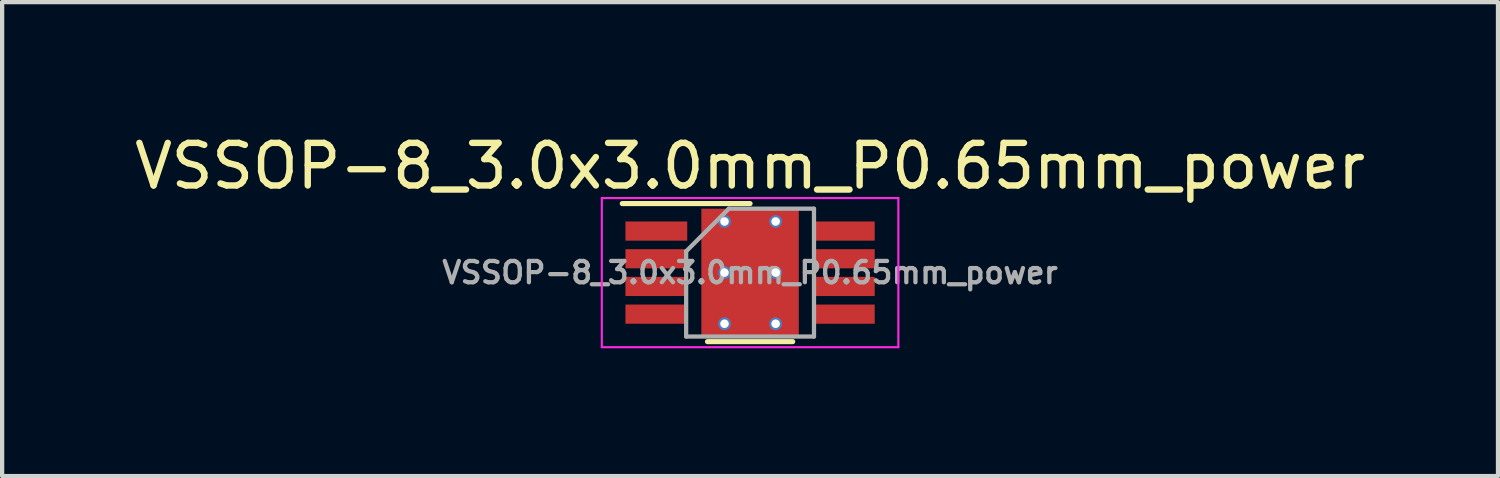
<source format=kicad_pcb>
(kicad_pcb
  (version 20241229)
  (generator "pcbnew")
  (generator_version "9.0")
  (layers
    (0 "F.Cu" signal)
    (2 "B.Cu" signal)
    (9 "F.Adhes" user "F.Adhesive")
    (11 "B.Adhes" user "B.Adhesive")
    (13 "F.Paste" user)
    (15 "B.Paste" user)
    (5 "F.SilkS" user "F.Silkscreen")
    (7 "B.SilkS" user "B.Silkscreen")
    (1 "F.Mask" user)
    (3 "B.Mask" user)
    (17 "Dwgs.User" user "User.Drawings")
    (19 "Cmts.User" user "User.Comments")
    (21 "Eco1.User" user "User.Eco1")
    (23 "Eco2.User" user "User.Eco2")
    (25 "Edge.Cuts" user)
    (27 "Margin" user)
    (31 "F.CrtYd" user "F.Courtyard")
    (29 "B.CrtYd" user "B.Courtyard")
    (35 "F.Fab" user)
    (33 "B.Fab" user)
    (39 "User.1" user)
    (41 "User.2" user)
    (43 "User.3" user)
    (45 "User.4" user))
  (footprint "VSSOP-8_3.0x3.0mm_P0.65mm_power"
    (layer "F.Cu")
    (at 14.554 3.348)
    (property "Reference" "VSSOP-8_3.0x3.0mm_P0.65mm_power" (at 0 -2.5 0) (layer "F.SilkS") (effects (font (size 1 1) (thickness 0.15))))
    (attr smd)
    (fp_line (start 0 -1.62) (end -3 -1.62) (stroke (width 0.12) (type solid)) (layer "F.SilkS"))
    (fp_line (start 1 1.62) (end -1 1.62) (stroke (width 0.12) (type solid)) (layer "F.SilkS"))
    (fp_line (start -3.48 -1.75) (end 3.48 -1.75) (stroke (width 0.05) (type solid)) (layer "F.CrtYd"))
    (fp_line (start -3.48 1.75) (end -3.48 -1.75) (stroke (width 0.05) (type solid)) (layer "F.CrtYd"))
    (fp_line (start 3.48 -1.75) (end 3.48 1.75) (stroke (width 0.05) (type solid)) (layer "F.CrtYd"))
    (fp_line (start 3.48 1.75) (end -3.48 1.75) (stroke (width 0.05) (type solid)) (layer "F.CrtYd"))
    (fp_line (start -1.5 1.5) (end -1.5 -0.5) (stroke (width 0.1) (type solid)) (layer "F.Fab"))
    (fp_line (start -0.5 -1.5) (end -1.5 -0.5) (stroke (width 0.1) (type solid)) (layer "F.Fab"))
    (fp_line (start -0.5 -1.5) (end 1.5 -1.5) (stroke (width 0.1) (type solid)) (layer "F.Fab"))
    (fp_line (start 1.5 -1.5) (end 1.5 1.5) (stroke (width 0.1) (type solid)) (layer "F.Fab"))
    (fp_line (start 1.5 1.5) (end -1.5 1.5) (stroke (width 0.1) (type solid)) (layer "F.Fab"))
    (fp_text user "${REFERENCE}" (at 0 0 0) (layer "F.Fab") (effects (font (size 0.5 0.5) (thickness 0.1))))
    (pad "1" smd rect (at -2.2 -0.975 270) (size 0.45 1.45) (layers "F.Cu" "F.Mask" "F.Paste"))
    (pad "2" smd rect (at -2.2 -0.325 270) (size 0.45 1.45) (layers "F.Cu" "F.Mask" "F.Paste"))
    (pad "3" smd rect (at -2.2 0.325 270) (size 0.45 1.45) (layers "F.Cu" "F.Mask" "F.Paste"))
    (pad "4" smd rect (at -2.2 0.975 270) (size 0.45 1.45) (layers "F.Cu" "F.Mask" "F.Paste"))
    (pad "5" smd rect (at 2.2 0.975 270) (size 0.45 1.45) (layers "F.Cu" "F.Mask" "F.Paste"))
    (pad "6" smd rect (at 2.2 0.325 270) (size 0.45 1.45) (layers "F.Cu" "F.Mask" "F.Paste"))
    (pad "7" smd rect (at 2.2 -0.325 270) (size 0.45 1.45) (layers "F.Cu" "F.Mask" "F.Paste"))
    (pad "8" smd rect (at 2.2 -0.975 270) (size 0.45 1.45) (layers "F.Cu" "F.Mask" "F.Paste"))
    (pad "9" thru_hole circle (at -0.6 -1.2) (size 0.3 0.3) (drill 0.2) (layers "*.Cu" "*.Mask"))
    (pad "9" thru_hole circle (at -0.6 0) (size 0.3 0.3) (drill 0.2) (layers "*.Cu" "*.Mask"))
    (pad "9" thru_hole circle (at -0.6 1.2) (size 0.3 0.3) (drill 0.2) (layers "*.Cu" "*.Mask"))
    (pad "9" smd rect (at 0 0) (size 2.286 3) (layers "F.Cu" "F.Mask" "F.Paste"))
    (pad "9" thru_hole circle (at 0.6 -1.2) (size 0.3 0.3) (drill 0.2) (layers "*.Cu" "*.Mask"))
    (pad "9" thru_hole circle (at 0.6 0) (size 0.3 0.3) (drill 0.2) (layers "*.Cu" "*.Mask"))
    (pad "9" thru_hole circle (at 0.6 1.2) (size 0.3 0.3) (drill 0.2) (layers "*.Cu" "*.Mask")))
  (gr_rect
    (start -3 -3)
    (end 32.107 8.123)
    (stroke (width 0.1) (type default))
    (fill no)
    (layer "Edge.Cuts")))
</source>
